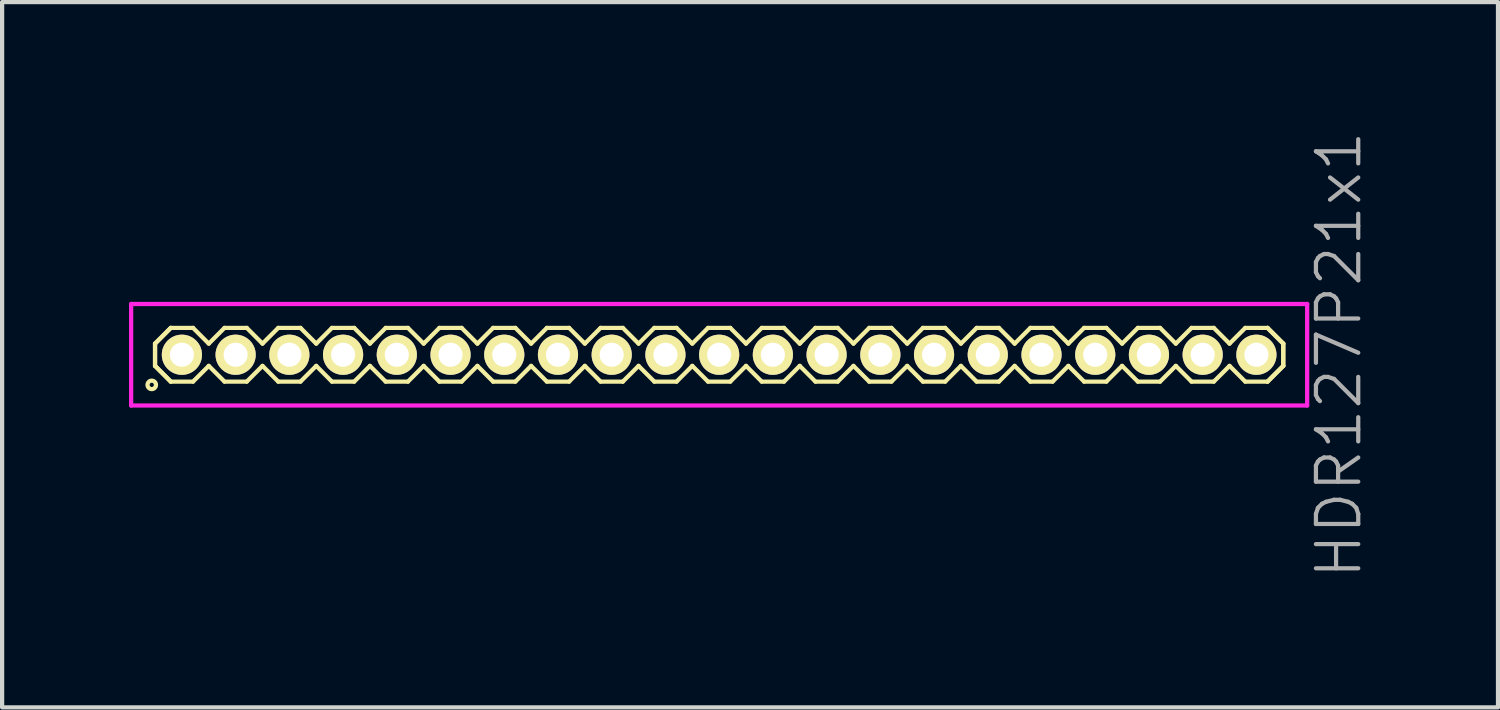
<source format=kicad_pcb>
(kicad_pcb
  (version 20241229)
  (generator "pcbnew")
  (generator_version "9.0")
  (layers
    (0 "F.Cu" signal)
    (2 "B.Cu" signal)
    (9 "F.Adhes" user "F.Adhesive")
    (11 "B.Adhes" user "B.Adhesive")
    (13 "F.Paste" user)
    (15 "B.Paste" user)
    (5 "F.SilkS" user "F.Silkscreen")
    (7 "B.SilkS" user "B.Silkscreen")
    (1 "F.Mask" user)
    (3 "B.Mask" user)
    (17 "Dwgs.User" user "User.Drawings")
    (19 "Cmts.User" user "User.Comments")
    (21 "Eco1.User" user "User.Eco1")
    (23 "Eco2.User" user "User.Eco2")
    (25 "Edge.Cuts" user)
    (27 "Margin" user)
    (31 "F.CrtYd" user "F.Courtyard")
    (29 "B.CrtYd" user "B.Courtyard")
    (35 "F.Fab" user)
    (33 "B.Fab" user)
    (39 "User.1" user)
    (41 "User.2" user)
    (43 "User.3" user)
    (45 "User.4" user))
  (footprint "HDR127P21x1"
    (layer "F.Cu")
    (at 13.95 5.336)
    (property "Reference" "HDR127P21x1" (at 14.65 0 90) (layer "F.Fab") (effects (font (size 1 1) (thickness 0.1))))
    (attr through_hole)
    (fp_line (start -13.335 -0.263) (end -12.963 -0.635) (stroke (width 0.1) (type solid)) (layer "F.SilkS"))
    (fp_line (start -13.335 -0.263) (end -12.963 -0.635) (stroke (width 0.1) (type solid)) (layer "F.SilkS"))
    (fp_line (start -13.335 0.263) (end -13.335 -0.263) (stroke (width 0.1) (type solid)) (layer "F.SilkS"))
    (fp_line (start -13.335 0.263) (end -13.335 -0.263) (stroke (width 0.1) (type solid)) (layer "F.SilkS"))
    (fp_line (start -12.963 -0.635) (end -12.437 -0.635) (stroke (width 0.1) (type solid)) (layer "F.SilkS"))
    (fp_line (start -12.963 0.635) (end -13.335 0.263) (stroke (width 0.1) (type solid)) (layer "F.SilkS"))
    (fp_line (start -12.963 0.635) (end -13.335 0.263) (stroke (width 0.1) (type solid)) (layer "F.SilkS"))
    (fp_line (start -12.437 -0.635) (end -12.065 -0.263) (stroke (width 0.1) (type solid)) (layer "F.SilkS"))
    (fp_line (start -12.437 0.635) (end -12.963 0.635) (stroke (width 0.1) (type solid)) (layer "F.SilkS"))
    (fp_line (start -12.065 -0.263) (end -11.693 -0.635) (stroke (width 0.1) (type solid)) (layer "F.SilkS"))
    (fp_line (start -12.065 0.263) (end -12.437 0.635) (stroke (width 0.1) (type solid)) (layer "F.SilkS"))
    (fp_line (start -11.693 -0.635) (end -11.167 -0.635) (stroke (width 0.1) (type solid)) (layer "F.SilkS"))
    (fp_line (start -11.693 0.635) (end -12.065 0.263) (stroke (width 0.1) (type solid)) (layer "F.SilkS"))
    (fp_line (start -11.167 -0.635) (end -10.795 -0.263) (stroke (width 0.1) (type solid)) (layer "F.SilkS"))
    (fp_line (start -11.167 0.635) (end -11.693 0.635) (stroke (width 0.1) (type solid)) (layer "F.SilkS"))
    (fp_line (start -10.795 -0.263) (end -10.423 -0.635) (stroke (width 0.1) (type solid)) (layer "F.SilkS"))
    (fp_line (start -10.795 0.263) (end -11.167 0.635) (stroke (width 0.1) (type solid)) (layer "F.SilkS"))
    (fp_line (start -10.423 -0.635) (end -9.897 -0.635) (stroke (width 0.1) (type solid)) (layer "F.SilkS"))
    (fp_line (start -10.423 0.635) (end -10.795 0.263) (stroke (width 0.1) (type solid)) (layer "F.SilkS"))
    (fp_line (start -9.897 -0.635) (end -9.525 -0.263) (stroke (width 0.1) (type solid)) (layer "F.SilkS"))
    (fp_line (start -9.897 0.635) (end -10.423 0.635) (stroke (width 0.1) (type solid)) (layer "F.SilkS"))
    (fp_line (start -9.525 -0.263) (end -9.153 -0.635) (stroke (width 0.1) (type solid)) (layer "F.SilkS"))
    (fp_line (start -9.525 0.263) (end -9.897 0.635) (stroke (width 0.1) (type solid)) (layer "F.SilkS"))
    (fp_line (start -9.153 -0.635) (end -8.627 -0.635) (stroke (width 0.1) (type solid)) (layer "F.SilkS"))
    (fp_line (start -9.153 0.635) (end -9.525 0.263) (stroke (width 0.1) (type solid)) (layer "F.SilkS"))
    (fp_line (start -8.627 -0.635) (end -8.255 -0.263) (stroke (width 0.1) (type solid)) (layer "F.SilkS"))
    (fp_line (start -8.627 0.635) (end -9.153 0.635) (stroke (width 0.1) (type solid)) (layer "F.SilkS"))
    (fp_line (start -8.255 -0.263) (end -7.883 -0.635) (stroke (width 0.1) (type solid)) (layer "F.SilkS"))
    (fp_line (start -8.255 0.263) (end -8.627 0.635) (stroke (width 0.1) (type solid)) (layer "F.SilkS"))
    (fp_line (start -7.883 -0.635) (end -7.357 -0.635) (stroke (width 0.1) (type solid)) (layer "F.SilkS"))
    (fp_line (start -7.883 0.635) (end -8.255 0.263) (stroke (width 0.1) (type solid)) (layer "F.SilkS"))
    (fp_line (start -7.357 -0.635) (end -6.985 -0.263) (stroke (width 0.1) (type solid)) (layer "F.SilkS"))
    (fp_line (start -7.357 0.635) (end -7.883 0.635) (stroke (width 0.1) (type solid)) (layer "F.SilkS"))
    (fp_line (start -6.985 -0.263) (end -6.613 -0.635) (stroke (width 0.1) (type solid)) (layer "F.SilkS"))
    (fp_line (start -6.985 0.263) (end -7.357 0.635) (stroke (width 0.1) (type solid)) (layer "F.SilkS"))
    (fp_line (start -6.613 -0.635) (end -6.087 -0.635) (stroke (width 0.1) (type solid)) (layer "F.SilkS"))
    (fp_line (start -6.613 0.635) (end -6.985 0.263) (stroke (width 0.1) (type solid)) (layer "F.SilkS"))
    (fp_line (start -6.087 -0.635) (end -5.715 -0.263) (stroke (width 0.1) (type solid)) (layer "F.SilkS"))
    (fp_line (start -6.087 0.635) (end -6.613 0.635) (stroke (width 0.1) (type solid)) (layer "F.SilkS"))
    (fp_line (start -5.715 -0.263) (end -5.343 -0.635) (stroke (width 0.1) (type solid)) (layer "F.SilkS"))
    (fp_line (start -5.715 0.263) (end -6.087 0.635) (stroke (width 0.1) (type solid)) (layer "F.SilkS"))
    (fp_line (start -5.343 -0.635) (end -4.817 -0.635) (stroke (width 0.1) (type solid)) (layer "F.SilkS"))
    (fp_line (start -5.343 0.635) (end -5.715 0.263) (stroke (width 0.1) (type solid)) (layer "F.SilkS"))
    (fp_line (start -4.817 -0.635) (end -4.445 -0.263) (stroke (width 0.1) (type solid)) (layer "F.SilkS"))
    (fp_line (start -4.817 0.635) (end -5.343 0.635) (stroke (width 0.1) (type solid)) (layer "F.SilkS"))
    (fp_line (start -4.445 -0.263) (end -4.073 -0.635) (stroke (width 0.1) (type solid)) (layer "F.SilkS"))
    (fp_line (start -4.445 0.263) (end -4.817 0.635) (stroke (width 0.1) (type solid)) (layer "F.SilkS"))
    (fp_line (start -4.073 -0.635) (end -3.547 -0.635) (stroke (width 0.1) (type solid)) (layer "F.SilkS"))
    (fp_line (start -4.073 0.635) (end -4.445 0.263) (stroke (width 0.1) (type solid)) (layer "F.SilkS"))
    (fp_line (start -3.547 -0.635) (end -3.175 -0.263) (stroke (width 0.1) (type solid)) (layer "F.SilkS"))
    (fp_line (start -3.547 0.635) (end -4.073 0.635) (stroke (width 0.1) (type solid)) (layer "F.SilkS"))
    (fp_line (start -3.175 -0.263) (end -2.803 -0.635) (stroke (width 0.1) (type solid)) (layer "F.SilkS"))
    (fp_line (start -3.175 0.263) (end -3.547 0.635) (stroke (width 0.1) (type solid)) (layer "F.SilkS"))
    (fp_line (start -2.803 -0.635) (end -2.277 -0.635) (stroke (width 0.1) (type solid)) (layer "F.SilkS"))
    (fp_line (start -2.803 0.635) (end -3.175 0.263) (stroke (width 0.1) (type solid)) (layer "F.SilkS"))
    (fp_line (start -2.277 -0.635) (end -1.905 -0.263) (stroke (width 0.1) (type solid)) (layer "F.SilkS"))
    (fp_line (start -2.277 0.635) (end -2.803 0.635) (stroke (width 0.1) (type solid)) (layer "F.SilkS"))
    (fp_line (start -1.905 -0.263) (end -1.533 -0.635) (stroke (width 0.1) (type solid)) (layer "F.SilkS"))
    (fp_line (start -1.905 0.263) (end -2.277 0.635) (stroke (width 0.1) (type solid)) (layer "F.SilkS"))
    (fp_line (start -1.533 -0.635) (end -1.007 -0.635) (stroke (width 0.1) (type solid)) (layer "F.SilkS"))
    (fp_line (start -1.533 0.635) (end -1.905 0.263) (stroke (width 0.1) (type solid)) (layer "F.SilkS"))
    (fp_line (start -1.007 -0.635) (end -0.635 -0.263) (stroke (width 0.1) (type solid)) (layer "F.SilkS"))
    (fp_line (start -1.007 0.635) (end -1.533 0.635) (stroke (width 0.1) (type solid)) (layer "F.SilkS"))
    (fp_line (start -0.635 -0.263) (end -0.263 -0.635) (stroke (width 0.1) (type solid)) (layer "F.SilkS"))
    (fp_line (start -0.635 0.263) (end -1.007 0.635) (stroke (width 0.1) (type solid)) (layer "F.SilkS"))
    (fp_line (start -0.263 -0.635) (end 0.263 -0.635) (stroke (width 0.1) (type solid)) (layer "F.SilkS"))
    (fp_line (start -0.263 0.635) (end -0.635 0.263) (stroke (width 0.1) (type solid)) (layer "F.SilkS"))
    (fp_line (start 0.263 -0.635) (end 0.635 -0.263) (stroke (width 0.1) (type solid)) (layer "F.SilkS"))
    (fp_line (start 0.263 0.635) (end -0.263 0.635) (stroke (width 0.1) (type solid)) (layer "F.SilkS"))
    (fp_line (start 0.635 -0.263) (end 1.007 -0.635) (stroke (width 0.1) (type solid)) (layer "F.SilkS"))
    (fp_line (start 0.635 0.263) (end 0.263 0.635) (stroke (width 0.1) (type solid)) (layer "F.SilkS"))
    (fp_line (start 1.007 -0.635) (end 1.533 -0.635) (stroke (width 0.1) (type solid)) (layer "F.SilkS"))
    (fp_line (start 1.007 0.635) (end 0.635 0.263) (stroke (width 0.1) (type solid)) (layer "F.SilkS"))
    (fp_line (start 1.533 -0.635) (end 1.905 -0.263) (stroke (width 0.1) (type solid)) (layer "F.SilkS"))
    (fp_line (start 1.533 0.635) (end 1.007 0.635) (stroke (width 0.1) (type solid)) (layer "F.SilkS"))
    (fp_line (start 1.905 -0.263) (end 2.277 -0.635) (stroke (width 0.1) (type solid)) (layer "F.SilkS"))
    (fp_line (start 1.905 0.263) (end 1.533 0.635) (stroke (width 0.1) (type solid)) (layer "F.SilkS"))
    (fp_line (start 2.277 -0.635) (end 2.803 -0.635) (stroke (width 0.1) (type solid)) (layer "F.SilkS"))
    (fp_line (start 2.277 0.635) (end 1.905 0.263) (stroke (width 0.1) (type solid)) (layer "F.SilkS"))
    (fp_line (start 2.803 -0.635) (end 3.175 -0.263) (stroke (width 0.1) (type solid)) (layer "F.SilkS"))
    (fp_line (start 2.803 0.635) (end 2.277 0.635) (stroke (width 0.1) (type solid)) (layer "F.SilkS"))
    (fp_line (start 3.175 -0.263) (end 3.547 -0.635) (stroke (width 0.1) (type solid)) (layer "F.SilkS"))
    (fp_line (start 3.175 0.263) (end 2.803 0.635) (stroke (width 0.1) (type solid)) (layer "F.SilkS"))
    (fp_line (start 3.547 -0.635) (end 4.073 -0.635) (stroke (width 0.1) (type solid)) (layer "F.SilkS"))
    (fp_line (start 3.547 0.635) (end 3.175 0.263) (stroke (width 0.1) (type solid)) (layer "F.SilkS"))
    (fp_line (start 4.073 -0.635) (end 4.445 -0.263) (stroke (width 0.1) (type solid)) (layer "F.SilkS"))
    (fp_line (start 4.073 0.635) (end 3.547 0.635) (stroke (width 0.1) (type solid)) (layer "F.SilkS"))
    (fp_line (start 4.445 -0.263) (end 4.817 -0.635) (stroke (width 0.1) (type solid)) (layer "F.SilkS"))
    (fp_line (start 4.445 0.263) (end 4.073 0.635) (stroke (width 0.1) (type solid)) (layer "F.SilkS"))
    (fp_line (start 4.817 -0.635) (end 5.343 -0.635) (stroke (width 0.1) (type solid)) (layer "F.SilkS"))
    (fp_line (start 4.817 0.635) (end 4.445 0.263) (stroke (width 0.1) (type solid)) (layer "F.SilkS"))
    (fp_line (start 5.343 -0.635) (end 5.715 -0.263) (stroke (width 0.1) (type solid)) (layer "F.SilkS"))
    (fp_line (start 5.343 0.635) (end 4.817 0.635) (stroke (width 0.1) (type solid)) (layer "F.SilkS"))
    (fp_line (start 5.715 -0.263) (end 6.087 -0.635) (stroke (width 0.1) (type solid)) (layer "F.SilkS"))
    (fp_line (start 5.715 0.263) (end 5.343 0.635) (stroke (width 0.1) (type solid)) (layer "F.SilkS"))
    (fp_line (start 6.087 -0.635) (end 6.613 -0.635) (stroke (width 0.1) (type solid)) (layer "F.SilkS"))
    (fp_line (start 6.087 0.635) (end 5.715 0.263) (stroke (width 0.1) (type solid)) (layer "F.SilkS"))
    (fp_line (start 6.613 -0.635) (end 6.985 -0.263) (stroke (width 0.1) (type solid)) (layer "F.SilkS"))
    (fp_line (start 6.613 0.635) (end 6.087 0.635) (stroke (width 0.1) (type solid)) (layer "F.SilkS"))
    (fp_line (start 6.985 -0.263) (end 7.357 -0.635) (stroke (width 0.1) (type solid)) (layer "F.SilkS"))
    (fp_line (start 6.985 0.263) (end 6.613 0.635) (stroke (width 0.1) (type solid)) (layer "F.SilkS"))
    (fp_line (start 7.357 -0.635) (end 7.883 -0.635) (stroke (width 0.1) (type solid)) (layer "F.SilkS"))
    (fp_line (start 7.357 0.635) (end 6.985 0.263) (stroke (width 0.1) (type solid)) (layer "F.SilkS"))
    (fp_line (start 7.883 -0.635) (end 8.255 -0.263) (stroke (width 0.1) (type solid)) (layer "F.SilkS"))
    (fp_line (start 7.883 0.635) (end 7.357 0.635) (stroke (width 0.1) (type solid)) (layer "F.SilkS"))
    (fp_line (start 8.255 -0.263) (end 8.627 -0.635) (stroke (width 0.1) (type solid)) (layer "F.SilkS"))
    (fp_line (start 8.255 0.263) (end 7.883 0.635) (stroke (width 0.1) (type solid)) (layer "F.SilkS"))
    (fp_line (start 8.627 -0.635) (end 9.153 -0.635) (stroke (width 0.1) (type solid)) (layer "F.SilkS"))
    (fp_line (start 8.627 0.635) (end 8.255 0.263) (stroke (width 0.1) (type solid)) (layer "F.SilkS"))
    (fp_line (start 9.153 -0.635) (end 9.525 -0.263) (stroke (width 0.1) (type solid)) (layer "F.SilkS"))
    (fp_line (start 9.153 0.635) (end 8.627 0.635) (stroke (width 0.1) (type solid)) (layer "F.SilkS"))
    (fp_line (start 9.525 -0.263) (end 9.897 -0.635) (stroke (width 0.1) (type solid)) (layer "F.SilkS"))
    (fp_line (start 9.525 0.263) (end 9.153 0.635) (stroke (width 0.1) (type solid)) (layer "F.SilkS"))
    (fp_line (start 9.897 -0.635) (end 10.423 -0.635) (stroke (width 0.1) (type solid)) (layer "F.SilkS"))
    (fp_line (start 9.897 0.635) (end 9.525 0.263) (stroke (width 0.1) (type solid)) (layer "F.SilkS"))
    (fp_line (start 10.423 -0.635) (end 10.795 -0.263) (stroke (width 0.1) (type solid)) (layer "F.SilkS"))
    (fp_line (start 10.423 0.635) (end 9.897 0.635) (stroke (width 0.1) (type solid)) (layer "F.SilkS"))
    (fp_line (start 10.795 -0.263) (end 11.167 -0.635) (stroke (width 0.1) (type solid)) (layer "F.SilkS"))
    (fp_line (start 10.795 0.263) (end 10.423 0.635) (stroke (width 0.1) (type solid)) (layer "F.SilkS"))
    (fp_line (start 11.167 -0.635) (end 11.693 -0.635) (stroke (width 0.1) (type solid)) (layer "F.SilkS"))
    (fp_line (start 11.167 0.635) (end 10.795 0.263) (stroke (width 0.1) (type solid)) (layer "F.SilkS"))
    (fp_line (start 11.693 -0.635) (end 12.065 -0.263) (stroke (width 0.1) (type solid)) (layer "F.SilkS"))
    (fp_line (start 11.693 0.635) (end 11.167 0.635) (stroke (width 0.1) (type solid)) (layer "F.SilkS"))
    (fp_line (start 12.065 -0.263) (end 12.437 -0.635) (stroke (width 0.1) (type solid)) (layer "F.SilkS"))
    (fp_line (start 12.065 0.263) (end 11.693 0.635) (stroke (width 0.1) (type solid)) (layer "F.SilkS"))
    (fp_line (start 12.437 -0.635) (end 12.963 -0.635) (stroke (width 0.1) (type solid)) (layer "F.SilkS"))
    (fp_line (start 12.437 0.635) (end 12.065 0.263) (stroke (width 0.1) (type solid)) (layer "F.SilkS"))
    (fp_line (start 12.963 -0.635) (end 13.335 -0.263) (stroke (width 0.1) (type solid)) (layer "F.SilkS"))
    (fp_line (start 12.963 -0.635) (end 13.335 -0.263) (stroke (width 0.1) (type solid)) (layer "F.SilkS"))
    (fp_line (start 12.963 0.635) (end 12.437 0.635) (stroke (width 0.1) (type solid)) (layer "F.SilkS"))
    (fp_line (start 13.335 -0.263) (end 13.335 0.263) (stroke (width 0.1) (type solid)) (layer "F.SilkS"))
    (fp_line (start 13.335 -0.263) (end 13.335 0.263) (stroke (width 0.1) (type solid)) (layer "F.SilkS"))
    (fp_line (start 13.335 0.263) (end 12.963 0.635) (stroke (width 0.1) (type solid)) (layer "F.SilkS"))
    (fp_line (start 13.335 0.263) (end 12.963 0.635) (stroke (width 0.1) (type solid)) (layer "F.SilkS"))
    (fp_circle (center -13.413 0.712) (end -13.313 0.712) (stroke (width 0.1) (type solid)) (fill no) (layer "F.SilkS"))
    (fp_line (start -13.9 -1.2) (end -13.9 1.2) (stroke (width 0.1) (type solid)) (layer "F.CrtYd"))
    (fp_line (start -13.9 1.2) (end 13.9 1.2) (stroke (width 0.1) (type solid)) (layer "F.CrtYd"))
    (fp_line (start 13.9 -1.2) (end -13.9 -1.2) (stroke (width 0.1) (type solid)) (layer "F.CrtYd"))
    (fp_line (start 13.9 1.2) (end 13.9 -1.2) (stroke (width 0.1) (type solid)) (layer "F.CrtYd"))
    (pad "1" thru_hole oval (at -12.7 0) (size 0.95 0.95) (drill 0.57) (layers "*.Cu" "*.Mask" "F.SilkS"))
    (pad "2" thru_hole oval (at -11.43 0) (size 0.95 0.95) (drill 0.57) (layers "*.Cu" "*.Mask" "F.SilkS"))
    (pad "3" thru_hole oval (at -10.16 0) (size 0.95 0.95) (drill 0.57) (layers "*.Cu" "*.Mask" "F.SilkS"))
    (pad "4" thru_hole oval (at -8.89 0) (size 0.95 0.95) (drill 0.57) (layers "*.Cu" "*.Mask" "F.SilkS"))
    (pad "5" thru_hole oval (at -7.62 0) (size 0.95 0.95) (drill 0.57) (layers "*.Cu" "*.Mask" "F.SilkS"))
    (pad "6" thru_hole oval (at -6.35 0) (size 0.95 0.95) (drill 0.57) (layers "*.Cu" "*.Mask" "F.SilkS"))
    (pad "7" thru_hole oval (at -5.08 0) (size 0.95 0.95) (drill 0.57) (layers "*.Cu" "*.Mask" "F.SilkS"))
    (pad "8" thru_hole oval (at -3.81 0) (size 0.95 0.95) (drill 0.57) (layers "*.Cu" "*.Mask" "F.SilkS"))
    (pad "9" thru_hole oval (at -2.54 0) (size 0.95 0.95) (drill 0.57) (layers "*.Cu" "*.Mask" "F.SilkS"))
    (pad "10" thru_hole oval (at -1.27 0) (size 0.95 0.95) (drill 0.57) (layers "*.Cu" "*.Mask" "F.SilkS"))
    (pad "11" thru_hole oval (at 0 0) (size 0.95 0.95) (drill 0.57) (layers "*.Cu" "*.Mask" "F.SilkS"))
    (pad "12" thru_hole oval (at 1.27 0) (size 0.95 0.95) (drill 0.57) (layers "*.Cu" "*.Mask" "F.SilkS"))
    (pad "13" thru_hole oval (at 2.54 0) (size 0.95 0.95) (drill 0.57) (layers "*.Cu" "*.Mask" "F.SilkS"))
    (pad "14" thru_hole oval (at 3.81 0) (size 0.95 0.95) (drill 0.57) (layers "*.Cu" "*.Mask" "F.SilkS"))
    (pad "15" thru_hole oval (at 5.08 0) (size 0.95 0.95) (drill 0.57) (layers "*.Cu" "*.Mask" "F.SilkS"))
    (pad "16" thru_hole oval (at 6.35 0) (size 0.95 0.95) (drill 0.57) (layers "*.Cu" "*.Mask" "F.SilkS"))
    (pad "17" thru_hole oval (at 7.62 0) (size 0.95 0.95) (drill 0.57) (layers "*.Cu" "*.Mask" "F.SilkS"))
    (pad "18" thru_hole oval (at 8.89 0) (size 0.95 0.95) (drill 0.57) (layers "*.Cu" "*.Mask" "F.SilkS"))
    (pad "19" thru_hole oval (at 10.16 0) (size 0.95 0.95) (drill 0.57) (layers "*.Cu" "*.Mask" "F.SilkS"))
    (pad "20" thru_hole oval (at 11.43 0) (size 0.95 0.95) (drill 0.57) (layers "*.Cu" "*.Mask" "F.SilkS"))
    (pad "21" thru_hole oval (at 12.7 0) (size 0.95 0.95) (drill 0.57) (layers "*.Cu" "*.Mask" "F.SilkS")))
  (gr_rect
    (start -3 -3)
    (end 32.361 13.671)
    (stroke (width 0.1) (type default))
    (fill no)
    (layer "Edge.Cuts")))
</source>
